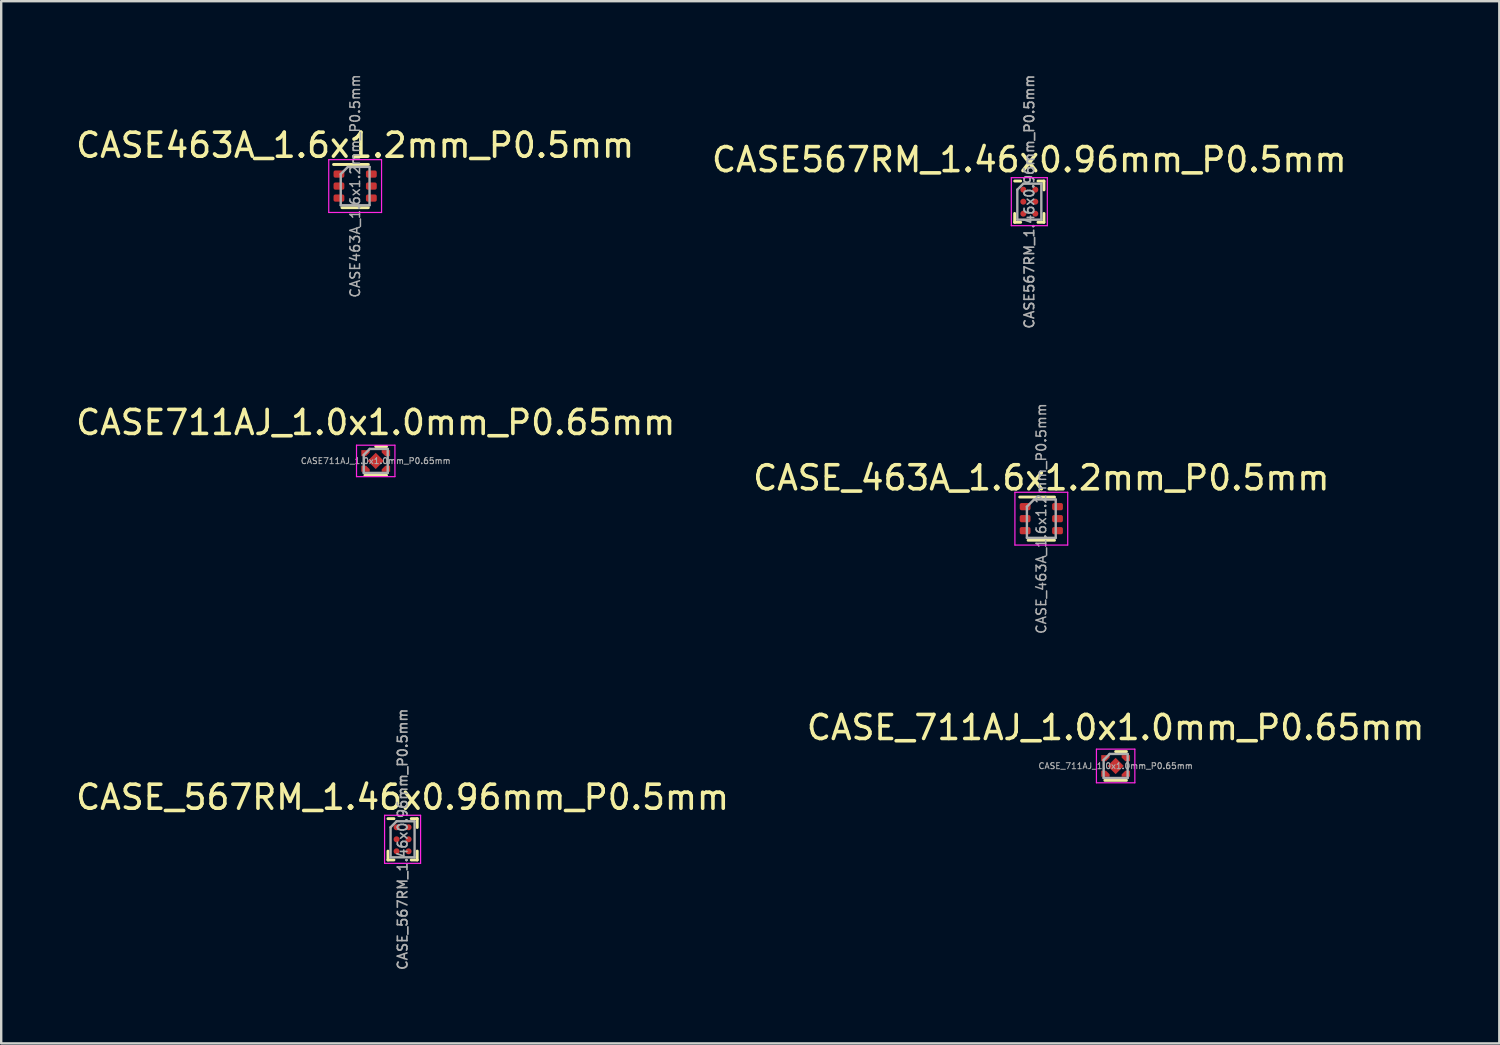
<source format=kicad_pcb>
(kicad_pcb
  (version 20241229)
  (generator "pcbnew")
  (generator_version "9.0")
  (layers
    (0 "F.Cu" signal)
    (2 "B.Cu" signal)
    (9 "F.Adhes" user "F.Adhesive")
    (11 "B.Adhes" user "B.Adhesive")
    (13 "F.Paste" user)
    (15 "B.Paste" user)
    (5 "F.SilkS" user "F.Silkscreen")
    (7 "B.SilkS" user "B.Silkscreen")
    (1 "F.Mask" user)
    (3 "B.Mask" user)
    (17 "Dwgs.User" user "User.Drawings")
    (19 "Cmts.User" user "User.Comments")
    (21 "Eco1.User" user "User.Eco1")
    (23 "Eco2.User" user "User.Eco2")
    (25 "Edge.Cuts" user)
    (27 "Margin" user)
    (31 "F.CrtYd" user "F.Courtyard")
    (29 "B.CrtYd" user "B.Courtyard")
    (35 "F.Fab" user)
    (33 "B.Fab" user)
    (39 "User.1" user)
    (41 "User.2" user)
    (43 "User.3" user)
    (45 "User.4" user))
  (footprint "CASE_567RM_1.46x0.96mm_P0.5mm"
    (layer "F.Cu")
    (at 13.72 31.912)
    (property "Reference" "CASE_567RM_1.46x0.96mm_P0.5mm" (at 0 -1.75 0) (layer "F.SilkS") (effects (font (size 1 1) (thickness 0.15))))
    (attr smd)
    (fp_line (start -0.61 -0.86) (end -0.36 -0.86) (stroke (width 0.12) (type solid)) (layer "F.SilkS"))
    (fp_line (start -0.61 0.86) (end -0.61 0.49) (stroke (width 0.12) (type solid)) (layer "F.SilkS"))
    (fp_line (start -0.36 0.86) (end -0.61 0.86) (stroke (width 0.12) (type solid)) (layer "F.SilkS"))
    (fp_line (start 0.36 -0.86) (end 0.61 -0.86) (stroke (width 0.12) (type solid)) (layer "F.SilkS"))
    (fp_line (start 0.36 0.86) (end 0.61 0.86) (stroke (width 0.12) (type solid)) (layer "F.SilkS"))
    (fp_line (start 0.61 -0.86) (end 0.61 -0.49) (stroke (width 0.12) (type solid)) (layer "F.SilkS"))
    (fp_line (start 0.61 0.86) (end 0.61 0.49) (stroke (width 0.12) (type solid)) (layer "F.SilkS"))
    (fp_line (start -0.75 -1) (end 0.75 -1) (stroke (width 0.05) (type solid)) (layer "F.CrtYd"))
    (fp_line (start -0.75 1) (end -0.75 -1) (stroke (width 0.05) (type solid)) (layer "F.CrtYd"))
    (fp_line (start 0.75 -1) (end 0.75 1) (stroke (width 0.05) (type solid)) (layer "F.CrtYd"))
    (fp_line (start 0.75 1) (end -0.75 1) (stroke (width 0.05) (type solid)) (layer "F.CrtYd"))
    (fp_line (start -0.5 -0.5) (end -0.5 0.75) (stroke (width 0.1) (type solid)) (layer "F.Fab"))
    (fp_line (start -0.5 0.75) (end 0.5 0.75) (stroke (width 0.1) (type solid)) (layer "F.Fab"))
    (fp_line (start -0.25 -0.75) (end -0.5 -0.5) (stroke (width 0.1) (type solid)) (layer "F.Fab"))
    (fp_line (start 0.5 -0.75) (end -0.25 -0.75) (stroke (width 0.1) (type solid)) (layer "F.Fab"))
    (fp_line (start 0.5 0.75) (end 0.5 -0.75) (stroke (width 0.1) (type solid)) (layer "F.Fab"))
    (fp_text user "${REFERENCE}" (at 0 0 90) (layer "F.Fab") (effects (font (size 0.4 0.4) (thickness 0.07))))
    (pad "A1" smd circle (at -0.25 -0.5) (size 0.25 0.25) (layers "F.Cu" "F.Mask" "F.Paste"))
    (pad "A2" smd circle (at 0.25 -0.5) (size 0.25 0.25) (layers "F.Cu" "F.Mask" "F.Paste"))
    (pad "B1" smd circle (at -0.25 0) (size 0.25 0.25) (layers "F.Cu" "F.Mask" "F.Paste"))
    (pad "B2" smd circle (at 0.25 0) (size 0.25 0.25) (layers "F.Cu" "F.Mask" "F.Paste"))
    (pad "C1" smd circle (at -0.25 0.5) (size 0.25 0.25) (layers "F.Cu" "F.Mask" "F.Paste"))
    (pad "C2" smd circle (at 0.25 0.5) (size 0.25 0.25) (layers "F.Cu" "F.Mask" "F.Paste")))
  (footprint "CASE567RM_1.46x0.96mm_P0.5mm"
    (layer "F.Cu")
    (at 39.827 5.351)
    (property "Reference" "CASE567RM_1.46x0.96mm_P0.5mm" (at 0 -1.75 0) (layer "F.SilkS") (effects (font (size 1 1) (thickness 0.15))))
    (attr smd)
    (fp_line (start -0.61 -0.86) (end -0.36 -0.86) (stroke (width 0.12) (type solid)) (layer "F.SilkS"))
    (fp_line (start -0.61 0.86) (end -0.61 0.49) (stroke (width 0.12) (type solid)) (layer "F.SilkS"))
    (fp_line (start -0.36 0.86) (end -0.61 0.86) (stroke (width 0.12) (type solid)) (layer "F.SilkS"))
    (fp_line (start 0.36 -0.86) (end 0.61 -0.86) (stroke (width 0.12) (type solid)) (layer "F.SilkS"))
    (fp_line (start 0.36 0.86) (end 0.61 0.86) (stroke (width 0.12) (type solid)) (layer "F.SilkS"))
    (fp_line (start 0.61 -0.86) (end 0.61 -0.49) (stroke (width 0.12) (type solid)) (layer "F.SilkS"))
    (fp_line (start 0.61 0.86) (end 0.61 0.49) (stroke (width 0.12) (type solid)) (layer "F.SilkS"))
    (fp_line (start -0.75 -1) (end 0.75 -1) (stroke (width 0.05) (type solid)) (layer "F.CrtYd"))
    (fp_line (start -0.75 1) (end -0.75 -1) (stroke (width 0.05) (type solid)) (layer "F.CrtYd"))
    (fp_line (start 0.75 -1) (end 0.75 1) (stroke (width 0.05) (type solid)) (layer "F.CrtYd"))
    (fp_line (start 0.75 1) (end -0.75 1) (stroke (width 0.05) (type solid)) (layer "F.CrtYd"))
    (fp_line (start -0.5 -0.5) (end -0.5 0.75) (stroke (width 0.1) (type solid)) (layer "F.Fab"))
    (fp_line (start -0.5 0.75) (end 0.5 0.75) (stroke (width 0.1) (type solid)) (layer "F.Fab"))
    (fp_line (start -0.25 -0.75) (end -0.5 -0.5) (stroke (width 0.1) (type solid)) (layer "F.Fab"))
    (fp_line (start 0.5 -0.75) (end -0.25 -0.75) (stroke (width 0.1) (type solid)) (layer "F.Fab"))
    (fp_line (start 0.5 0.75) (end 0.5 -0.75) (stroke (width 0.1) (type solid)) (layer "F.Fab"))
    (fp_text user "${REFERENCE}" (at 0 0 90) (layer "F.Fab") (effects (font (size 0.4 0.4) (thickness 0.07))))
    (pad "A1" smd circle (at -0.25 -0.5) (size 0.25 0.25) (layers "F.Cu" "F.Mask" "F.Paste"))
    (pad "A2" smd circle (at 0.25 -0.5) (size 0.25 0.25) (layers "F.Cu" "F.Mask" "F.Paste"))
    (pad "B1" smd circle (at -0.25 0) (size 0.25 0.25) (layers "F.Cu" "F.Mask" "F.Paste"))
    (pad "B2" smd circle (at 0.25 0) (size 0.25 0.25) (layers "F.Cu" "F.Mask" "F.Paste"))
    (pad "C1" smd circle (at -0.25 0.5) (size 0.25 0.25) (layers "F.Cu" "F.Mask" "F.Paste"))
    (pad "C2" smd circle (at 0.25 0.5) (size 0.25 0.25) (layers "F.Cu" "F.Mask" "F.Paste")))
  (footprint "CASE463A_1.6x1.2mm_P0.5mm"
    (layer "F.Cu")
    (at 11.744 4.701)
    (property "Reference" "CASE463A_1.6x1.2mm_P0.5mm" (at 0 -1.7 0) (layer "F.SilkS") (effects (font (size 1 1) (thickness 0.15))))
    (attr smd)
    (fp_line (start -0.9 -0.9) (end 0.55 -0.9) (stroke (width 0.12) (type solid)) (layer "F.SilkS"))
    (fp_line (start 0.55 0.9) (end -0.55 0.9) (stroke (width 0.12) (type solid)) (layer "F.SilkS"))
    (fp_line (start -1.1 -1.1) (end -1.1 1.1) (stroke (width 0.05) (type solid)) (layer "F.CrtYd"))
    (fp_line (start -1.1 -1.1) (end 1.1 -1.1) (stroke (width 0.05) (type solid)) (layer "F.CrtYd"))
    (fp_line (start 1.1 1.1) (end -1.1 1.1) (stroke (width 0.05) (type solid)) (layer "F.CrtYd"))
    (fp_line (start 1.1 1.1) (end 1.1 -1.1) (stroke (width 0.05) (type solid)) (layer "F.CrtYd"))
    (fp_line (start -0.6 -0.5) (end -0.6 0.8) (stroke (width 0.1) (type solid)) (layer "F.Fab"))
    (fp_line (start -0.6 -0.5) (end -0.3 -0.8) (stroke (width 0.1) (type solid)) (layer "F.Fab"))
    (fp_line (start -0.6 0.8) (end 0.6 0.8) (stroke (width 0.1) (type solid)) (layer "F.Fab"))
    (fp_line (start 0.6 -0.8) (end -0.3 -0.8) (stroke (width 0.1) (type solid)) (layer "F.Fab"))
    (fp_line (start 0.6 0.8) (end 0.6 -0.8) (stroke (width 0.1) (type solid)) (layer "F.Fab"))
    (fp_text user "${REFERENCE}" (at 0 0 90) (layer "F.Fab") (effects (font (size 0.4 0.4) (thickness 0.062))))
    (pad "1" smd roundrect (at -0.675 -0.5) (size 0.45 0.3) (layers "F.Cu" "F.Mask" "F.Paste") (roundrect_rratio 0.25))
    (pad "2" smd roundrect (at -0.675 0) (size 0.45 0.3) (layers "F.Cu" "F.Mask" "F.Paste") (roundrect_rratio 0.25))
    (pad "3" smd roundrect (at -0.675 0.5) (size 0.45 0.3) (layers "F.Cu" "F.Mask" "F.Paste") (roundrect_rratio 0.25))
    (pad "4" smd roundrect (at 0.675 0.5) (size 0.45 0.3) (layers "F.Cu" "F.Mask" "F.Paste") (roundrect_rratio 0.25))
    (pad "5" smd roundrect (at 0.675 0) (size 0.45 0.3) (layers "F.Cu" "F.Mask" "F.Paste") (roundrect_rratio 0.25))
    (pad "6" smd roundrect (at 0.675 -0.5) (size 0.45 0.3) (layers "F.Cu" "F.Mask" "F.Paste") (roundrect_rratio 0.25)))
  (footprint "CASE711AJ_1.0x1.0mm_P0.65mm"
    (layer "F.Cu")
    (at 12.601 16.15)
    (property "Reference" "CASE711AJ_1.0x1.0mm_P0.65mm" (at 0 -1.6 0) (layer "F.SilkS") (effects (font (size 1 1) (thickness 0.15))))
    (attr smd)
    (fp_line (start -0.45 0.6) (end 0.45 0.6) (stroke (width 0.12) (type solid)) (layer "F.SilkS"))
    (fp_line (start 0 -0.6) (end 0.45 -0.6) (stroke (width 0.12) (type solid)) (layer "F.SilkS"))
    (fp_line (start -0.8 -0.655) (end -0.8 0.655) (stroke (width 0.05) (type solid)) (layer "F.CrtYd"))
    (fp_line (start -0.8 0.655) (end 0.8 0.655) (stroke (width 0.05) (type solid)) (layer "F.CrtYd"))
    (fp_line (start 0.8 -0.655) (end -0.8 -0.655) (stroke (width 0.05) (type solid)) (layer "F.CrtYd"))
    (fp_line (start 0.8 0.655) (end 0.8 -0.655) (stroke (width 0.05) (type solid)) (layer "F.CrtYd"))
    (fp_line (start -0.5 -0.25) (end -0.5 0.5) (stroke (width 0.1) (type solid)) (layer "F.Fab"))
    (fp_line (start -0.5 -0.25) (end -0.25 -0.5) (stroke (width 0.1) (type solid)) (layer "F.Fab"))
    (fp_line (start -0.5 0.5) (end 0.5 0.5) (stroke (width 0.1) (type solid)) (layer "F.Fab"))
    (fp_line (start 0.5 -0.5) (end -0.25 -0.5) (stroke (width 0.1) (type solid)) (layer "F.Fab"))
    (fp_line (start 0.5 0.5) (end 0.5 -0.5) (stroke (width 0.1) (type solid)) (layer "F.Fab"))
    (fp_text user "${REFERENCE}" (at 0 0 0) (layer "F.Fab") (effects (font (size 0.25 0.25) (thickness 0.04))))
    (pad "" smd roundrect (at 0 0 45) (size 0.38 0.38) (layers "F.Paste") (roundrect_rratio 0.2))
    (pad "1" smd custom (at -0.475 -0.325 270) (size 0.25 0.25) (layers "F.Cu" "F.Mask" "F.Paste") (options (anchor circle)) (primitives (gr_poly (pts (xy -0.125 0.125) (xy -0.125 -0.225) (xy -0.025 -0.225) (xy 0.125 -0.075) (xy 0.125 0.125)) (width 0) (fill yes))))
    (pad "2" smd custom (at -0.475 0.325 90) (size 0.25 0.25) (layers "F.Cu" "F.Mask" "F.Paste") (options (anchor circle)) (primitives (gr_poly (pts (xy -0.125 -0.125) (xy -0.125 0.225) (xy -0.025 0.225) (xy 0.125 0.075) (xy 0.125 -0.125)) (width 0) (fill yes))))
    (pad "2" smd rect (at 0 0 45) (size 0.48 0.48) (layers "F.Cu" "F.Mask"))
    (pad "3" smd custom (at 0.475 0.325 90) (size 0.25 0.25) (layers "F.Cu" "F.Mask" "F.Paste") (options (anchor circle)) (primitives (gr_poly (pts (xy -0.125 0.125) (xy -0.125 -0.225) (xy -0.025 -0.225) (xy 0.125 -0.075) (xy 0.125 0.125)) (width 0) (fill yes))))
    (pad "4" smd custom (at 0.475 -0.325 270) (size 0.25 0.25) (layers "F.Cu" "F.Mask" "F.Paste") (options (anchor circle)) (primitives (gr_poly (pts (xy -0.125 -0.125) (xy -0.125 0.225) (xy -0.025 0.225) (xy 0.125 0.075) (xy 0.125 -0.125)) (width 0) (fill yes)))))
  (footprint "CASE_463A_1.6x1.2mm_P0.5mm"
    (layer "F.Cu")
    (at 40.327 18.555)
    (property "Reference" "CASE_463A_1.6x1.2mm_P0.5mm" (at 0 -1.7 0) (layer "F.SilkS") (effects (font (size 1 1) (thickness 0.15))))
    (attr smd)
    (fp_line (start -0.9 -0.9) (end 0.55 -0.9) (stroke (width 0.12) (type solid)) (layer "F.SilkS"))
    (fp_line (start 0.55 0.9) (end -0.55 0.9) (stroke (width 0.12) (type solid)) (layer "F.SilkS"))
    (fp_line (start -1.1 -1.1) (end -1.1 1.1) (stroke (width 0.05) (type solid)) (layer "F.CrtYd"))
    (fp_line (start -1.1 -1.1) (end 1.1 -1.1) (stroke (width 0.05) (type solid)) (layer "F.CrtYd"))
    (fp_line (start 1.1 1.1) (end -1.1 1.1) (stroke (width 0.05) (type solid)) (layer "F.CrtYd"))
    (fp_line (start 1.1 1.1) (end 1.1 -1.1) (stroke (width 0.05) (type solid)) (layer "F.CrtYd"))
    (fp_line (start -0.6 -0.5) (end -0.6 0.8) (stroke (width 0.1) (type solid)) (layer "F.Fab"))
    (fp_line (start -0.6 -0.5) (end -0.3 -0.8) (stroke (width 0.1) (type solid)) (layer "F.Fab"))
    (fp_line (start -0.6 0.8) (end 0.6 0.8) (stroke (width 0.1) (type solid)) (layer "F.Fab"))
    (fp_line (start 0.6 -0.8) (end -0.3 -0.8) (stroke (width 0.1) (type solid)) (layer "F.Fab"))
    (fp_line (start 0.6 0.8) (end 0.6 -0.8) (stroke (width 0.1) (type solid)) (layer "F.Fab"))
    (fp_text user "${REFERENCE}" (at 0 0 90) (layer "F.Fab") (effects (font (size 0.4 0.4) (thickness 0.062))))
    (pad "1" smd roundrect (at -0.675 -0.5) (size 0.45 0.3) (layers "F.Cu" "F.Mask" "F.Paste") (roundrect_rratio 0.25))
    (pad "2" smd roundrect (at -0.675 0) (size 0.45 0.3) (layers "F.Cu" "F.Mask" "F.Paste") (roundrect_rratio 0.25))
    (pad "3" smd roundrect (at -0.675 0.5) (size 0.45 0.3) (layers "F.Cu" "F.Mask" "F.Paste") (roundrect_rratio 0.25))
    (pad "4" smd roundrect (at 0.675 0.5) (size 0.45 0.3) (layers "F.Cu" "F.Mask" "F.Paste") (roundrect_rratio 0.25))
    (pad "5" smd roundrect (at 0.675 0) (size 0.45 0.3) (layers "F.Cu" "F.Mask" "F.Paste") (roundrect_rratio 0.25))
    (pad "6" smd roundrect (at 0.675 -0.5) (size 0.45 0.3) (layers "F.Cu" "F.Mask" "F.Paste") (roundrect_rratio 0.25)))
  (footprint "CASE_711AJ_1.0x1.0mm_P0.65mm"
    (layer "F.Cu")
    (at 43.423 28.857)
    (property "Reference" "CASE_711AJ_1.0x1.0mm_P0.65mm" (at 0 -1.6 0) (layer "F.SilkS") (effects (font (size 1 1) (thickness 0.15))))
    (attr smd)
    (fp_line (start -0.45 0.6) (end 0.45 0.6) (stroke (width 0.12) (type solid)) (layer "F.SilkS"))
    (fp_line (start 0 -0.6) (end 0.45 -0.6) (stroke (width 0.12) (type solid)) (layer "F.SilkS"))
    (fp_line (start -0.8 -0.7) (end -0.8 0.7) (stroke (width 0.05) (type solid)) (layer "F.CrtYd"))
    (fp_line (start -0.8 0.7) (end 0.8 0.7) (stroke (width 0.05) (type solid)) (layer "F.CrtYd"))
    (fp_line (start 0.8 -0.7) (end -0.8 -0.7) (stroke (width 0.05) (type solid)) (layer "F.CrtYd"))
    (fp_line (start 0.8 0.7) (end 0.8 -0.7) (stroke (width 0.05) (type solid)) (layer "F.CrtYd"))
    (fp_line (start -0.5 -0.25) (end -0.5 0.5) (stroke (width 0.1) (type solid)) (layer "F.Fab"))
    (fp_line (start -0.5 -0.25) (end -0.25 -0.5) (stroke (width 0.1) (type solid)) (layer "F.Fab"))
    (fp_line (start -0.5 0.5) (end 0.5 0.5) (stroke (width 0.1) (type solid)) (layer "F.Fab"))
    (fp_line (start 0.5 -0.5) (end -0.25 -0.5) (stroke (width 0.1) (type solid)) (layer "F.Fab"))
    (fp_line (start 0.5 0.5) (end 0.5 -0.5) (stroke (width 0.1) (type solid)) (layer "F.Fab"))
    (fp_text user "${REFERENCE}" (at 0 0 0) (layer "F.Fab") (effects (font (size 0.25 0.25) (thickness 0.04))))
    (pad "" smd roundrect (at 0 0 45) (size 0.38 0.38) (layers "F.Paste") (roundrect_rratio 0.2))
    (pad "1" smd custom (at -0.475 -0.325 270) (size 0.25 0.25) (layers "F.Cu" "F.Mask" "F.Paste") (options (anchor circle)) (primitives (gr_poly (pts (xy -0.125 0.125) (xy -0.125 -0.225) (xy -0.025 -0.225) (xy 0.125 -0.075) (xy 0.125 0.125)) (width 0) (fill yes))))
    (pad "2" smd custom (at -0.475 0.325 90) (size 0.25 0.25) (layers "F.Cu" "F.Mask" "F.Paste") (options (anchor circle)) (primitives (gr_poly (pts (xy -0.125 -0.125) (xy -0.125 0.225) (xy -0.025 0.225) (xy 0.125 0.075) (xy 0.125 -0.125)) (width 0) (fill yes))))
    (pad "2" smd rect (at 0 0 45) (size 0.48 0.48) (layers "F.Cu" "F.Mask"))
    (pad "3" smd custom (at 0.475 0.325 90) (size 0.25 0.25) (layers "F.Cu" "F.Mask" "F.Paste") (options (anchor circle)) (primitives (gr_poly (pts (xy -0.125 0.125) (xy -0.125 -0.225) (xy -0.025 -0.225) (xy 0.125 -0.075) (xy 0.125 0.125)) (width 0) (fill yes))))
    (pad "4" smd custom (at 0.475 -0.325 270) (size 0.25 0.25) (layers "F.Cu" "F.Mask" "F.Paste") (options (anchor circle)) (primitives (gr_poly (pts (xy -0.125 -0.125) (xy -0.125 0.225) (xy -0.025 0.225) (xy 0.125 0.075) (xy 0.125 -0.125)) (width 0) (fill yes)))))
  (gr_rect
    (start -3 -3)
    (end 59.405 40.415)
    (stroke (width 0.1) (type default))
    (fill no)
    (layer "Edge.Cuts")))
</source>
